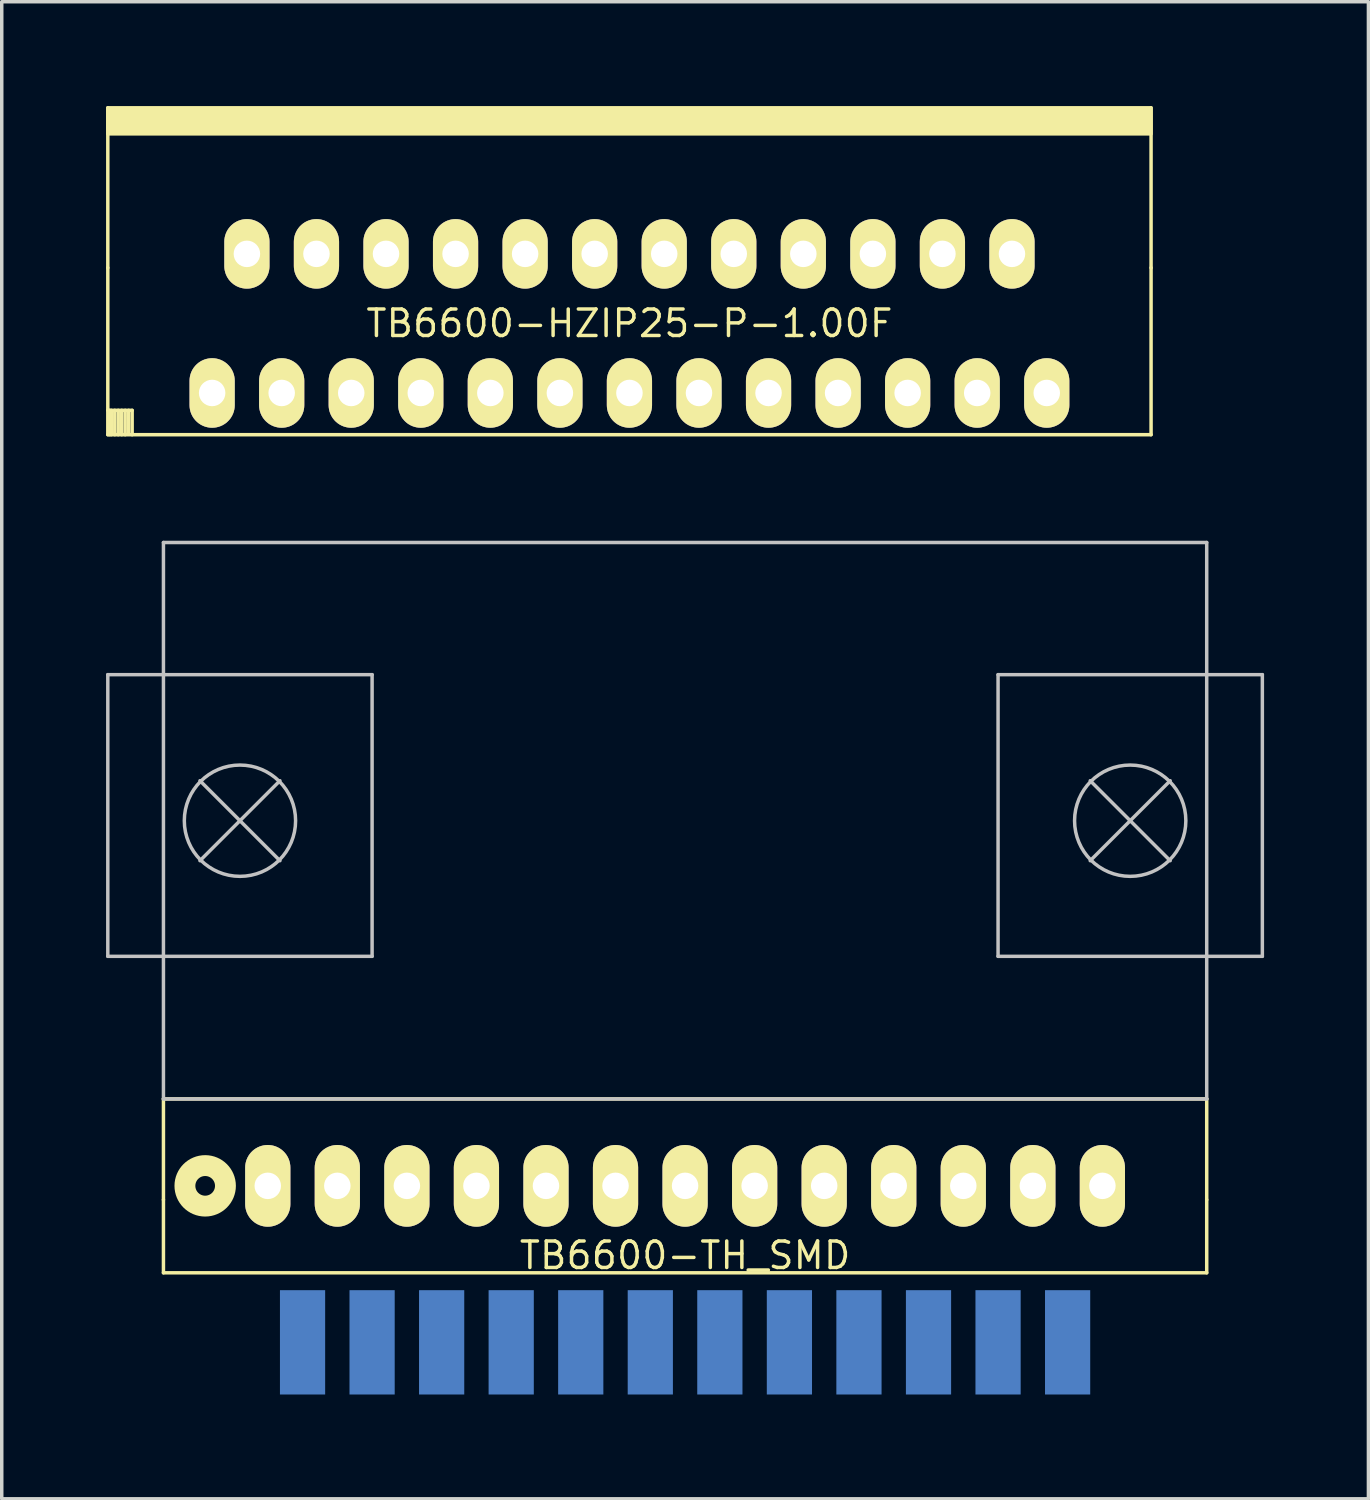
<source format=kicad_pcb>
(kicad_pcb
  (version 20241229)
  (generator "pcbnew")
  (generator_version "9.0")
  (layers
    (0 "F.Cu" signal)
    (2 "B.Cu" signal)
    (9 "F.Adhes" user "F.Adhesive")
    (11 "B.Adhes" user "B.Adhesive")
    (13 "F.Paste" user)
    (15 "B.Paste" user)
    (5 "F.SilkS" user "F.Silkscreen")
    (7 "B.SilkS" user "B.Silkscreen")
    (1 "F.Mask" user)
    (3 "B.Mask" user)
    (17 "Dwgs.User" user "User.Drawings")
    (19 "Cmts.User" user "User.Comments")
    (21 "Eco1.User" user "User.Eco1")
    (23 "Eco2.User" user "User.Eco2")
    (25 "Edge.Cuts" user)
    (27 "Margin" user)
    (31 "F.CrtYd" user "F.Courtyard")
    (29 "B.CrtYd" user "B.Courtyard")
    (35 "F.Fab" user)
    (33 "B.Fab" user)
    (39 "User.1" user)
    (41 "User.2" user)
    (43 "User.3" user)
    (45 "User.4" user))
  (footprint "TB6600-HZIP25-P-1.00F"
    (layer "F.Cu")
    (at 15.05 6.25)
    (property "Reference" "TB6600-HZIP25-P-1.00F" (at 0 0 0) (layer "F.SilkS") (effects (font (size 0.762 0.762) (thickness 0.1))))
    (attr through_hole)
    (fp_line (start -15 -6.2) (end -15 -1.6) (stroke (width 0.1) (type solid)) (layer "F.SilkS"))
    (fp_line (start -15 -6.2) (end 15 -6.2) (stroke (width 0.1) (type solid)) (layer "F.SilkS"))
    (fp_line (start -15 -6.15) (end 15 -6.15) (stroke (width 0.1) (type solid)) (layer "F.SilkS"))
    (fp_line (start -15 -6.1) (end 15 -6.1) (stroke (width 0.1) (type solid)) (layer "F.SilkS"))
    (fp_line (start -15 -6.05) (end 15 -6.05) (stroke (width 0.1) (type solid)) (layer "F.SilkS"))
    (fp_line (start -15 -6) (end 15 -6) (stroke (width 0.1) (type solid)) (layer "F.SilkS"))
    (fp_line (start -15 -5.95) (end 15 -5.95) (stroke (width 0.1) (type solid)) (layer "F.SilkS"))
    (fp_line (start -15 -5.9) (end 15 -5.9) (stroke (width 0.1) (type solid)) (layer "F.SilkS"))
    (fp_line (start -15 -5.85) (end 15 -5.85) (stroke (width 0.1) (type solid)) (layer "F.SilkS"))
    (fp_line (start -15 -5.8) (end 15 -5.8) (stroke (width 0.1) (type solid)) (layer "F.SilkS"))
    (fp_line (start -15 -5.75) (end 15 -5.75) (stroke (width 0.1) (type solid)) (layer "F.SilkS"))
    (fp_line (start -15 -5.7) (end 15 -5.7) (stroke (width 0.1) (type solid)) (layer "F.SilkS"))
    (fp_line (start -15 -5.65) (end 15 -5.65) (stroke (width 0.1) (type solid)) (layer "F.SilkS"))
    (fp_line (start -15 -5.6) (end 15 -5.6) (stroke (width 0.1) (type solid)) (layer "F.SilkS"))
    (fp_line (start -15 -5.55) (end 15 -5.55) (stroke (width 0.1) (type solid)) (layer "F.SilkS"))
    (fp_line (start -15 -5.5) (end 15 -5.5) (stroke (width 0.1) (type solid)) (layer "F.SilkS"))
    (fp_line (start -15 -5.45) (end 15 -5.45) (stroke (width 0.1) (type solid)) (layer "F.SilkS"))
    (fp_line (start -15 -1.6) (end -15 3.2) (stroke (width 0.1) (type solid)) (layer "F.SilkS"))
    (fp_line (start -15 2.5) (end -14.3 2.5) (stroke (width 0.1) (type solid)) (layer "F.SilkS"))
    (fp_line (start -15 3.2) (end 15 3.2) (stroke (width 0.1) (type solid)) (layer "F.SilkS"))
    (fp_line (start -14.95 3.2) (end -14.95 2.5) (stroke (width 0.1) (type solid)) (layer "F.SilkS"))
    (fp_line (start -14.9 2.5) (end -14.9 3.2) (stroke (width 0.1) (type solid)) (layer "F.SilkS"))
    (fp_line (start -14.8 3.2) (end -14.8 2.5) (stroke (width 0.1) (type solid)) (layer "F.SilkS"))
    (fp_line (start -14.7 2.5) (end -14.7 3.2) (stroke (width 0.1) (type solid)) (layer "F.SilkS"))
    (fp_line (start -14.6 3.2) (end -14.6 2.5) (stroke (width 0.1) (type solid)) (layer "F.SilkS"))
    (fp_line (start -14.5 2.5) (end -14.5 3.2) (stroke (width 0.1) (type solid)) (layer "F.SilkS"))
    (fp_line (start -14.4 3.15) (end -14.4 2.5) (stroke (width 0.1) (type solid)) (layer "F.SilkS"))
    (fp_line (start -14.3 2.5) (end -14.3 3.2) (stroke (width 0.1) (type solid)) (layer "F.SilkS"))
    (fp_line (start 15 -6.2) (end 15 -1.6) (stroke (width 0.1) (type solid)) (layer "F.SilkS"))
    (fp_line (start 15 3.2) (end 15 -1.6) (stroke (width 0.1) (type solid)) (layer "F.SilkS"))
    (pad "1" thru_hole oval (at -12 2) (size 1.3 2) (drill 0.762) (layers "*.Cu" "*.Mask" "F.SilkS"))
    (pad "2" thru_hole oval (at -11 -2) (size 1.3 2) (drill 0.762) (layers "*.Cu" "*.Mask" "F.SilkS"))
    (pad "3" thru_hole oval (at -10 2) (size 1.3 2) (drill 0.762) (layers "*.Cu" "*.Mask" "F.SilkS"))
    (pad "4" thru_hole oval (at -9 -2) (size 1.3 2) (drill 0.762) (layers "*.Cu" "*.Mask" "F.SilkS"))
    (pad "5" thru_hole oval (at -8 2) (size 1.3 2) (drill 0.762) (layers "*.Cu" "*.Mask" "F.SilkS"))
    (pad "6" thru_hole oval (at -7 -2) (size 1.3 2) (drill 0.762) (layers "*.Cu" "*.Mask" "F.SilkS"))
    (pad "7" thru_hole oval (at -6 2) (size 1.3 2) (drill 0.762) (layers "*.Cu" "*.Mask" "F.SilkS"))
    (pad "8" thru_hole oval (at -5 -2) (size 1.3 2) (drill 0.762) (layers "*.Cu" "*.Mask" "F.SilkS"))
    (pad "9" thru_hole oval (at -4 2) (size 1.3 2) (drill 0.762) (layers "*.Cu" "*.Mask" "F.SilkS"))
    (pad "10" thru_hole oval (at -3 -2) (size 1.3 2) (drill 0.762) (layers "*.Cu" "*.Mask" "F.SilkS"))
    (pad "11" thru_hole oval (at -2 2) (size 1.3 2) (drill 0.762) (layers "*.Cu" "*.Mask" "F.SilkS"))
    (pad "12" thru_hole oval (at -1 -2) (size 1.3 2) (drill 0.762) (layers "*.Cu" "*.Mask" "F.SilkS"))
    (pad "13" thru_hole oval (at 0 2) (size 1.3 2) (drill 0.762) (layers "*.Cu" "*.Mask" "F.SilkS"))
    (pad "14" thru_hole oval (at 1 -2) (size 1.3 2) (drill 0.762) (layers "*.Cu" "*.Mask" "F.SilkS"))
    (pad "15" thru_hole oval (at 2 2) (size 1.3 2) (drill 0.762) (layers "*.Cu" "*.Mask" "F.SilkS"))
    (pad "16" thru_hole oval (at 3 -2) (size 1.3 2) (drill 0.762) (layers "*.Cu" "*.Mask" "F.SilkS"))
    (pad "17" thru_hole oval (at 4 2) (size 1.3 2) (drill 0.762) (layers "*.Cu" "*.Mask" "F.SilkS"))
    (pad "18" thru_hole oval (at 5 -2) (size 1.3 2) (drill 0.762) (layers "*.Cu" "*.Mask" "F.SilkS"))
    (pad "19" thru_hole oval (at 6 2) (size 1.3 2) (drill 0.762) (layers "*.Cu" "*.Mask" "F.SilkS"))
    (pad "20" thru_hole oval (at 7 -2) (size 1.3 2) (drill 0.762) (layers "*.Cu" "*.Mask" "F.SilkS"))
    (pad "21" thru_hole oval (at 8 2) (size 1.3 2) (drill 0.762) (layers "*.Cu" "*.Mask" "F.SilkS"))
    (pad "22" thru_hole oval (at 9 -2) (size 1.3 2) (drill 0.762) (layers "*.Cu" "*.Mask" "F.SilkS"))
    (pad "23" thru_hole oval (at 10 2) (size 1.3 2) (drill 0.762) (layers "*.Cu" "*.Mask" "F.SilkS"))
    (pad "24" thru_hole oval (at 11 -2) (size 1.3 2) (drill 0.762) (layers "*.Cu" "*.Mask" "F.SilkS"))
    (pad "25" thru_hole oval (at 12 2) (size 1.3 2) (drill 0.762) (layers "*.Cu" "*.Mask" "F.SilkS")))
  (footprint "TB6600-TH_SMD"
    (layer "F.Cu")
    (at 16.65 33.05)
    (property "Reference" "TB6600-TH_SMD" (at 0 0 0) (layer "F.SilkS") (effects (font (size 0.762 0.762) (thickness 0.1))))
    (attr through_hole)
    (fp_line (start -15 -4.5) (end -15 -1.6) (stroke (width 0.1) (type solid)) (layer "F.SilkS"))
    (fp_line (start -15 -4.5) (end 15 -4.5) (stroke (width 0.1) (type solid)) (layer "F.SilkS"))
    (fp_line (start -15 -1.6) (end -15 0.5) (stroke (width 0.1) (type solid)) (layer "F.SilkS"))
    (fp_line (start -15 0.5) (end 15 0.5) (stroke (width 0.1) (type solid)) (layer "F.SilkS"))
    (fp_line (start 15 -4.5) (end 15 -1.6) (stroke (width 0.1) (type solid)) (layer "F.SilkS"))
    (fp_line (start 15 0.5) (end 15 -1.6) (stroke (width 0.1) (type solid)) (layer "F.SilkS"))
    (fp_circle (center -13.8 -2) (end -13.6 -1.8) (stroke (width 0.6) (type solid)) (fill no) (layer "F.SilkS"))
    (fp_line (start -16.6 -16.7) (end -16.6 -8.6) (stroke (width 0.1) (type solid)) (layer "Dwgs.User"))
    (fp_line (start -15 -20.5) (end 15 -20.5) (stroke (width 0.1) (type solid)) (layer "Dwgs.User"))
    (fp_line (start -15 -4.5) (end -15 -20.5) (stroke (width 0.1) (type solid)) (layer "Dwgs.User"))
    (fp_line (start -15 -4.5) (end 15 -4.5) (stroke (width 0.1) (type solid)) (layer "Dwgs.User"))
    (fp_line (start -13.95 -13.65) (end -11.65 -11.35) (stroke (width 0.1) (type solid)) (layer "Dwgs.User"))
    (fp_line (start -13.95 -11.35) (end -11.65 -13.65) (stroke (width 0.1) (type solid)) (layer "Dwgs.User"))
    (fp_line (start -9 -16.7) (end -16.6 -16.7) (stroke (width 0.1) (type solid)) (layer "Dwgs.User"))
    (fp_line (start -9 -8.6) (end -16.6 -8.6) (stroke (width 0.1) (type solid)) (layer "Dwgs.User"))
    (fp_line (start -9 -8.6) (end -9 -16.7) (stroke (width 0.1) (type solid)) (layer "Dwgs.User"))
    (fp_line (start 9 -16.7) (end 9 -8.6) (stroke (width 0.1) (type solid)) (layer "Dwgs.User"))
    (fp_line (start 11.65 -13.65) (end 13.95 -11.35) (stroke (width 0.1) (type solid)) (layer "Dwgs.User"))
    (fp_line (start 11.65 -11.35) (end 13.95 -13.65) (stroke (width 0.1) (type solid)) (layer "Dwgs.User"))
    (fp_line (start 15 -20.5) (end 15 -4.5) (stroke (width 0.1) (type solid)) (layer "Dwgs.User"))
    (fp_line (start 16.6 -16.7) (end 9 -16.7) (stroke (width 0.1) (type solid)) (layer "Dwgs.User"))
    (fp_line (start 16.6 -8.6) (end 9 -8.6) (stroke (width 0.1) (type solid)) (layer "Dwgs.User"))
    (fp_line (start 16.6 -8.6) (end 16.6 -16.7) (stroke (width 0.1) (type solid)) (layer "Dwgs.User"))
    (fp_circle (center -12.8 -12.5) (end -14.4 -12.5) (stroke (width 0.1) (type solid)) (fill no) (layer "Dwgs.User"))
    (fp_circle (center 12.8 -12.5) (end 14.4 -12.5) (stroke (width 0.1) (type solid)) (fill no) (layer "Dwgs.User"))
    (pad "1" thru_hole oval (at -12 -2) (size 1.3 2.35) (drill 0.762) (layers "*.Cu" "*.Mask" "F.SilkS"))
    (pad "2" smd rect (at -11 2.5) (size 1.3 3) (layers "B.Cu" "B.Mask" "B.Paste"))
    (pad "3" thru_hole oval (at -10 -2) (size 1.3 2.35) (drill 0.762) (layers "*.Cu" "*.Mask" "F.SilkS"))
    (pad "4" smd rect (at -9 2.5) (size 1.3 3) (layers "B.Cu" "B.Mask" "B.Paste"))
    (pad "5" thru_hole oval (at -8 -2) (size 1.3 2.35) (drill 0.762) (layers "*.Cu" "*.Mask" "F.SilkS"))
    (pad "6" smd rect (at -7 2.5) (size 1.3 3) (layers "B.Cu" "B.Mask" "B.Paste"))
    (pad "7" thru_hole oval (at -6 -2) (size 1.3 2.35) (drill 0.762) (layers "*.Cu" "*.Mask" "F.SilkS"))
    (pad "8" smd rect (at -5 2.5) (size 1.3 3) (layers "B.Cu" "B.Mask" "B.Paste"))
    (pad "9" thru_hole oval (at -4 -2) (size 1.3 2.35) (drill 0.762) (layers "*.Cu" "*.Mask" "F.SilkS"))
    (pad "10" smd rect (at -3 2.5) (size 1.3 3) (layers "B.Cu" "B.Mask" "B.Paste"))
    (pad "11" thru_hole oval (at -2 -2) (size 1.3 2.35) (drill 0.762) (layers "*.Cu" "*.Mask" "F.SilkS"))
    (pad "12" smd rect (at -1 2.5) (size 1.3 3) (layers "B.Cu" "B.Mask" "B.Paste"))
    (pad "13" thru_hole oval (at 0 -2) (size 1.3 2.35) (drill 0.762) (layers "*.Cu" "*.Mask" "F.SilkS"))
    (pad "14" smd rect (at 1 2.5) (size 1.3 3) (layers "B.Cu" "B.Mask" "B.Paste"))
    (pad "15" thru_hole oval (at 2 -2) (size 1.3 2.35) (drill 0.762) (layers "*.Cu" "*.Mask" "F.SilkS"))
    (pad "16" smd rect (at 3 2.5) (size 1.3 3) (layers "B.Cu" "B.Mask" "B.Paste"))
    (pad "17" thru_hole oval (at 4 -2) (size 1.3 2.35) (drill 0.762) (layers "*.Cu" "*.Mask" "F.SilkS"))
    (pad "18" smd rect (at 5 2.5) (size 1.3 3) (layers "B.Cu" "B.Mask" "B.Paste"))
    (pad "19" thru_hole oval (at 6 -2) (size 1.3 2.35) (drill 0.762) (layers "*.Cu" "*.Mask" "F.SilkS"))
    (pad "20" smd rect (at 7 2.5) (size 1.3 3) (layers "B.Cu" "B.Mask" "B.Paste"))
    (pad "21" thru_hole oval (at 8 -2) (size 1.3 2.35) (drill 0.762) (layers "*.Cu" "*.Mask" "F.SilkS"))
    (pad "22" smd rect (at 9 2.5) (size 1.3 3) (layers "B.Cu" "B.Mask" "B.Paste"))
    (pad "23" thru_hole oval (at 10 -2) (size 1.3 2.35) (drill 0.762) (layers "*.Cu" "*.Mask" "F.SilkS"))
    (pad "24" smd rect (at 11 2.5) (size 1.3 3) (layers "B.Cu" "B.Mask" "B.Paste"))
    (pad "25" thru_hole oval (at 12 -2) (size 1.3 2.35) (drill 0.762) (layers "*.Cu" "*.Mask" "F.SilkS")))
  (gr_rect
    (start -3 -3)
    (end 36.3 40.05)
    (stroke (width 0.1) (type default))
    (fill no)
    (layer "Edge.Cuts")))
</source>
